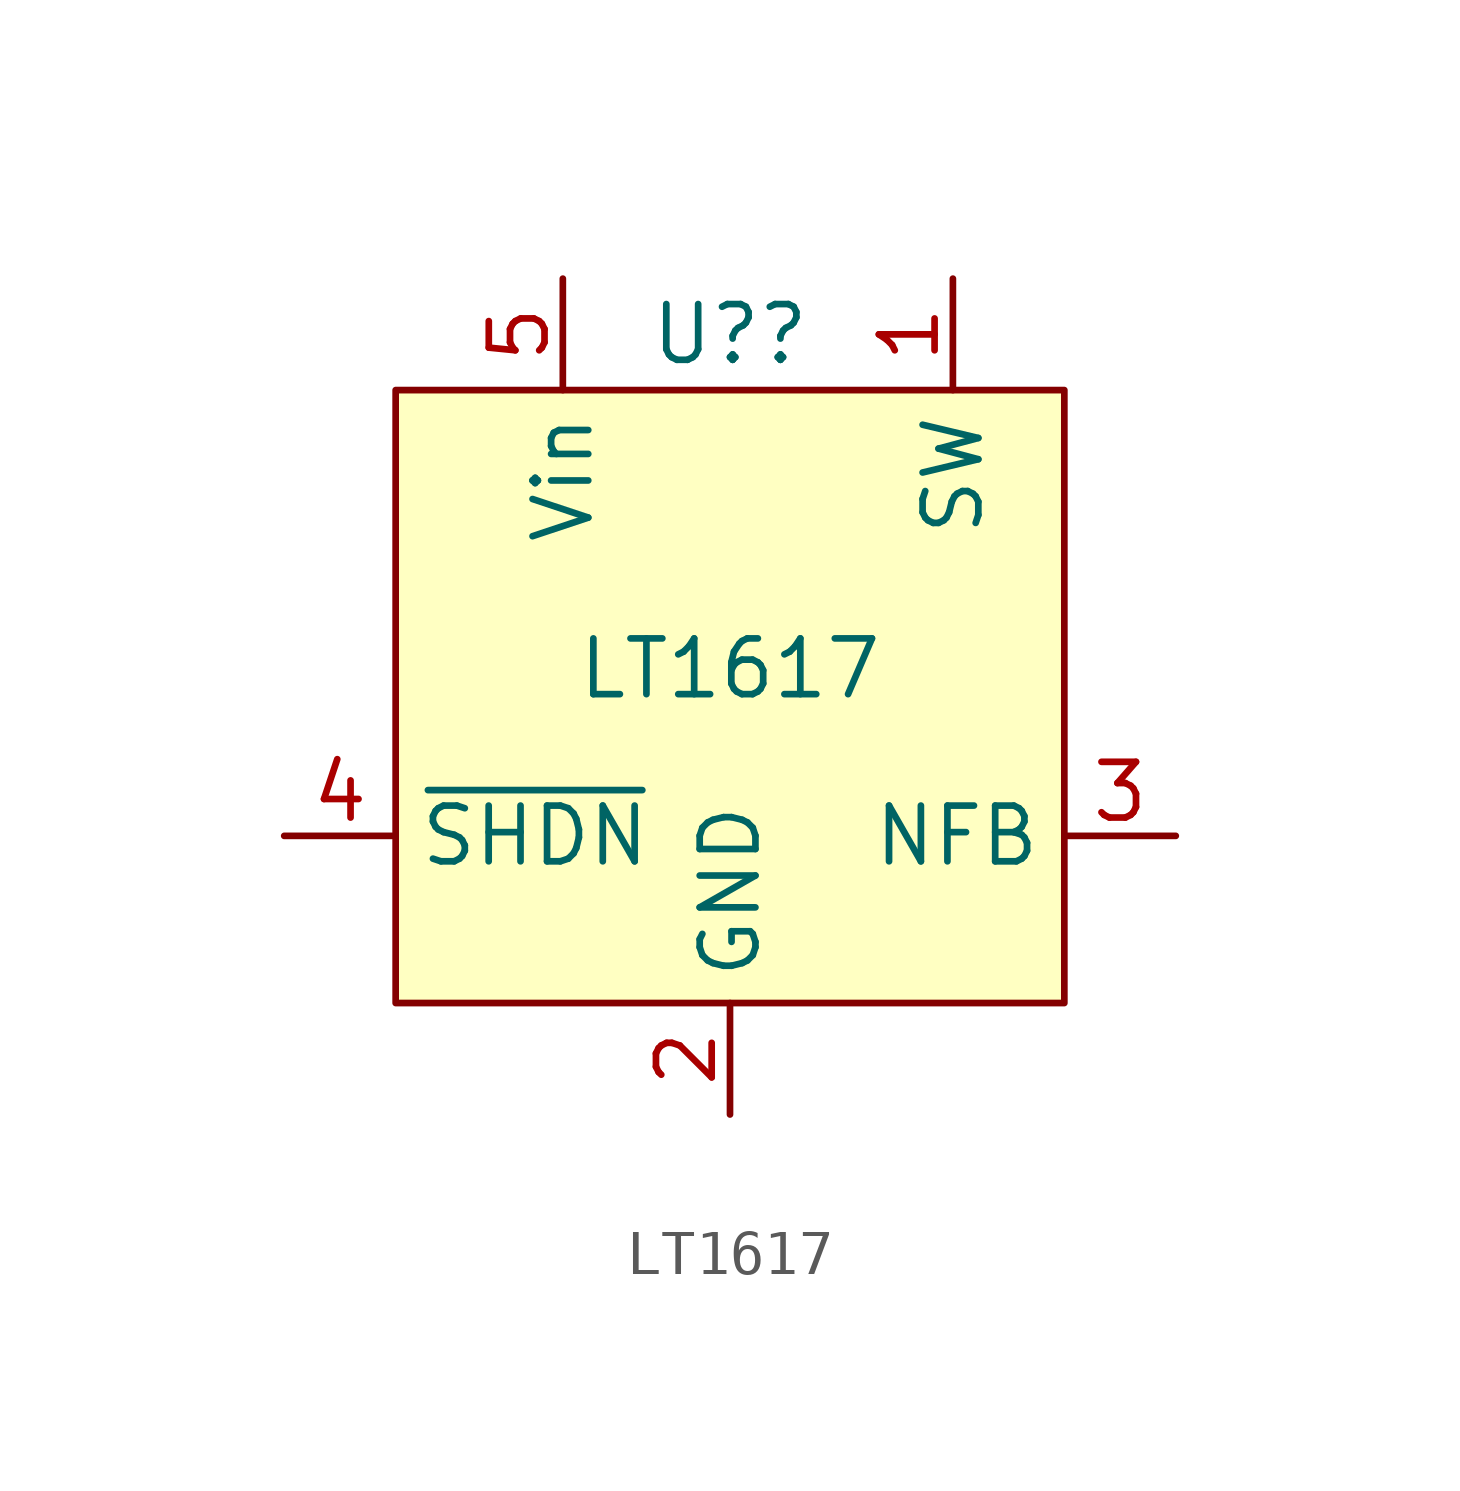
<source format=kicad_sym>
(kicad_symbol_lib
  (version 20220914)
  (generator kicad_symbol_editor)
  (symbol "LT1617"
    (property "Reference" "U?"
      (at 0 7.62 0)
      (effects (font (size 1.27 1.27))))
    (property "Value" "LT1617"
      (at 0 0 0)
      (effects (font (size 1.27 1.27))))
    (symbol "LT1617_1_1"
      (rectangle (start -7.62 6.35) (end 7.62 -7.62) (stroke (width 0) (type default)) (fill (type background)))
      (pin power_out line (at 5.08 8.89 270) (length 2.54) (name "SW" (effects (font (size 1.27 1.27)))) (number "1" (effects (font (size 1.27 1.27)))))
      (pin passive line (at 0 -10.16 90) (length 2.54) (name "GND" (effects (font (size 1.27 1.27)))) (number "2" (effects (font (size 1.27 1.27)))))
      (pin passive line (at 10.16 -3.81 180) (length 2.54) (name "NFB" (effects (font (size 1.27 1.27)))) (number "3" (effects (font (size 1.27 1.27)))))
      (pin output line (at -10.16 -3.81 0) (length 2.54) (name "~{SHDN}" (effects (font (size 1.27 1.27)))) (number "4" (effects (font (size 1.27 1.27)))))
      (pin power_in line (at -3.81 8.89 270) (length 2.54) (name "Vin" (effects (font (size 1.27 1.27)))) (number "5" (effects (font (size 1.27 1.27))))))))
</source>
